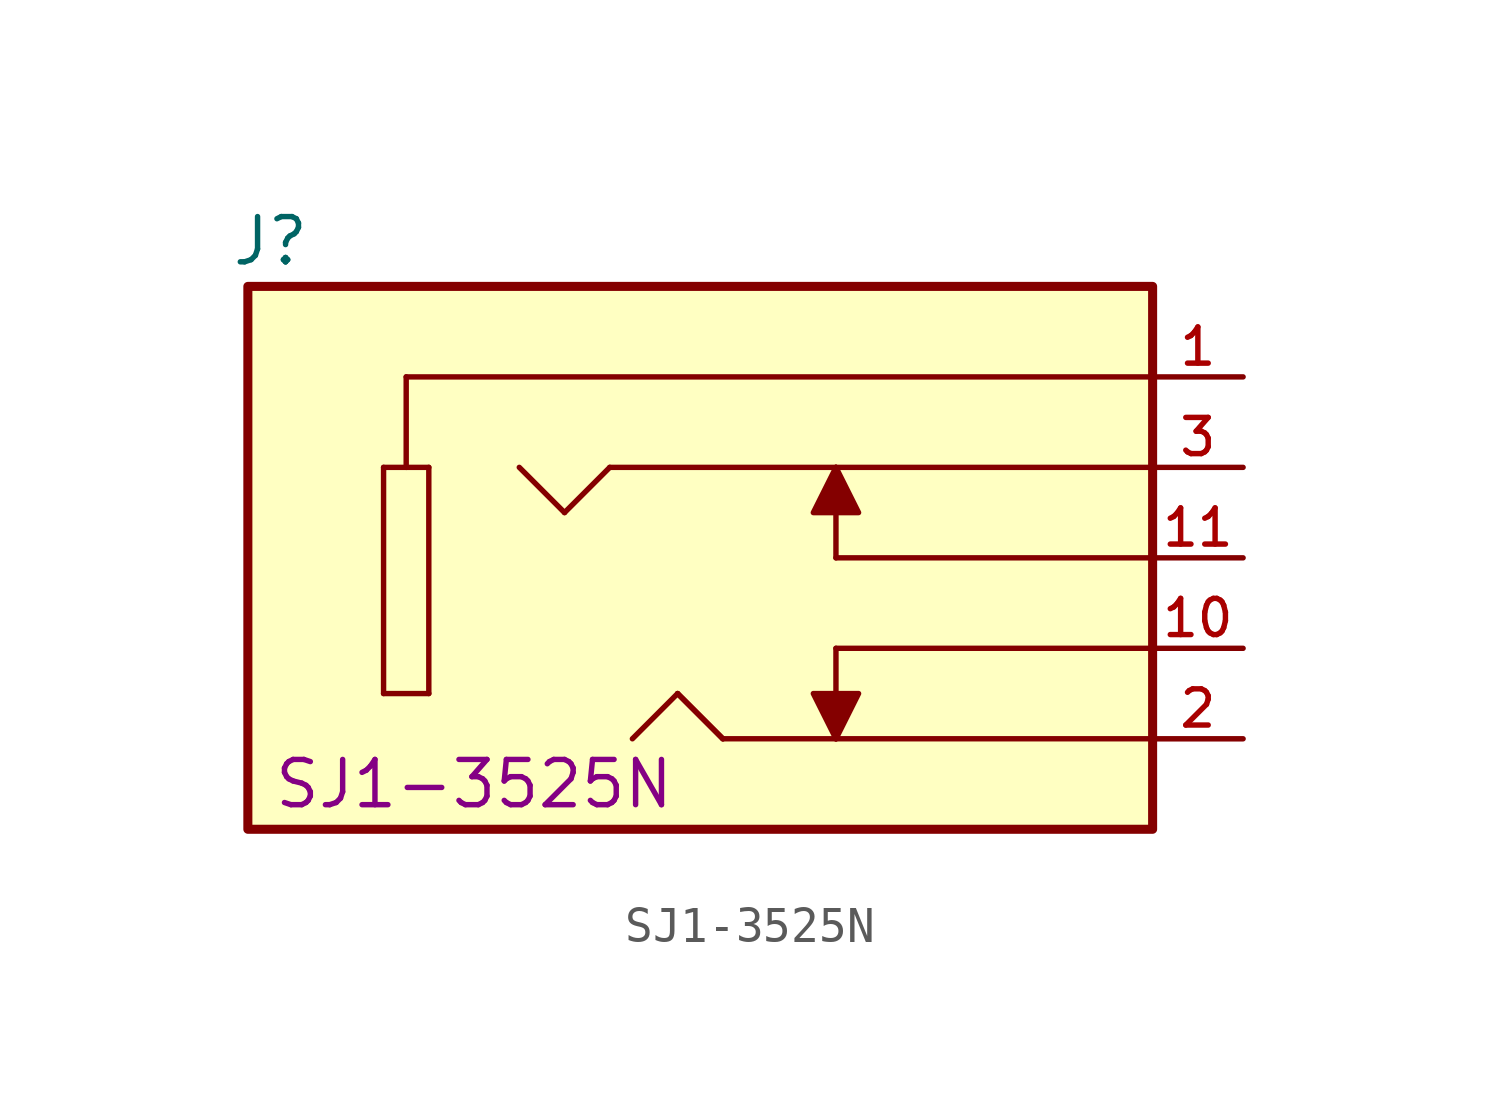
<source format=kicad_sym>
(kicad_symbol_lib
  (version 20241209)
  (generator "kicad_symbol_editor")
  (generator_version "9.0")
  (symbol "SJ1-3525N"
    (property "Reference" "J"
      (at -27.305 3.81 0)
      (effects (font (size 1.27 1.27))))
    (property "PartNumber" "SJ1-3525N"
      (at -21.59 -11.43 0)
      (effects (font (size 1.27 1.27))))
    (symbol "SJ1-3525N_0_0"
      (rectangle (start -27.94 -12.7) (end -2.54 2.54) (stroke (width 0.254) (type default)) (fill (type background)))
      (polyline (pts (xy -24.13 -2.54) (xy -24.13 -8.89)) (stroke (width 0.152) (type default)) (fill (type none)))
      (polyline (pts (xy -24.13 -8.89) (xy -22.86 -8.89)) (stroke (width 0.152) (type default)) (fill (type none)))
      (polyline (pts (xy -23.495 -2.54) (xy -24.13 -2.54)) (stroke (width 0.152) (type default)) (fill (type none)))
      (polyline (pts (xy -22.86 -2.54) (xy -23.495 -2.54)) (stroke (width 0.152) (type default)) (fill (type none)))
      (polyline (pts (xy -22.86 -8.89) (xy -22.86 -2.54)) (stroke (width 0.152) (type default)) (fill (type none)))
      (polyline (pts (xy -19.05 -3.81) (xy -20.32 -2.54)) (stroke (width 0.152) (type default)) (fill (type none)))
      (polyline (pts (xy -17.78 -2.54) (xy -19.05 -3.81)) (stroke (width 0.152) (type default)) (fill (type none)))
      (polyline (pts (xy -15.875 -8.89) (xy -17.145 -10.16)) (stroke (width 0.152) (type default)) (fill (type none)))
      (polyline (pts (xy -14.605 -10.16) (xy -15.875 -8.89)) (stroke (width 0.152) (type default)) (fill (type none)))
      (polyline (pts (xy -14.605 -10.16) (xy -15.875 -8.89)) (stroke (width 0.152) (type default)) (fill (type none)))
      (polyline (pts (xy -11.43 -2.54) (xy -17.78 -2.54)) (stroke (width 0.152) (type default)) (fill (type none)))
      (polyline (pts (xy -11.43 -2.54) (xy -12.065 -3.81) (xy -10.795 -3.81) (xy -11.43 -2.54)) (stroke (width 0.152) (type default)) (fill (type outline)))
      (polyline (pts (xy -11.43 -5.08) (xy -11.43 -2.54)) (stroke (width 0.152) (type default)) (fill (type none)))
      (polyline (pts (xy -11.43 -7.62) (xy -11.43 -10.16)) (stroke (width 0.152) (type default)) (fill (type none)))
      (polyline (pts (xy -11.43 -10.16) (xy -14.605 -10.16)) (stroke (width 0.152) (type default)) (fill (type none)))
      (polyline (pts (xy -11.43 -10.16) (xy -12.065 -8.89) (xy -10.795 -8.89) (xy -11.43 -10.16)) (stroke (width 0.152) (type default)) (fill (type outline)))
      (polyline (pts (xy -2.54 0) (xy -23.495 0)) (stroke (width 0.152) (type default)) (fill (type none)))
      (polyline (pts (xy -2.54 -2.54) (xy -11.43 -2.54)) (stroke (width 0.152) (type default)) (fill (type none)))
      (polyline (pts (xy -2.54 -5.08) (xy -11.43 -5.08)) (stroke (width 0.152) (type default)) (fill (type none)))
      (polyline (pts (xy -2.54 -7.62) (xy -11.43 -7.62)) (stroke (width 0.152) (type default)) (fill (type none)))
      (polyline (pts (xy -2.54 -10.16) (xy -11.43 -10.16)) (stroke (width 0.152) (type default)) (fill (type none))))
    (symbol "SJ1-3525N_0_1"
      (polyline (pts (xy -23.495 0) (xy -23.495 -2.54)) (stroke (width 0) (type default)) (fill (type none))))
    (symbol "SJ1-3525N_1_0"
      (pin passive line (at 0 0 180) (length 2.54) (name "~" (effects (font (size 1.016 1.016)))) (number "1" (effects (font (size 1.016 1.016)))))
      (pin passive line (at 0 -2.54 180) (length 2.54) (name "~" (effects (font (size 1.016 1.016)))) (number "3" (effects (font (size 1.016 1.016)))))
      (pin passive line (at 0 -5.08 180) (length 2.54) (name "~" (effects (font (size 1.016 1.016)))) (number "11" (effects (font (size 1.016 1.016)))))
      (pin passive line (at 0 -7.62 180) (length 2.54) (name "~" (effects (font (size 1.016 1.016)))) (number "10" (effects (font (size 1.016 1.016)))))
      (pin passive line (at 0 -10.16 180) (length 2.54) (name "~" (effects (font (size 1.016 1.016)))) (number "2" (effects (font (size 1.016 1.016))))))))
</source>
